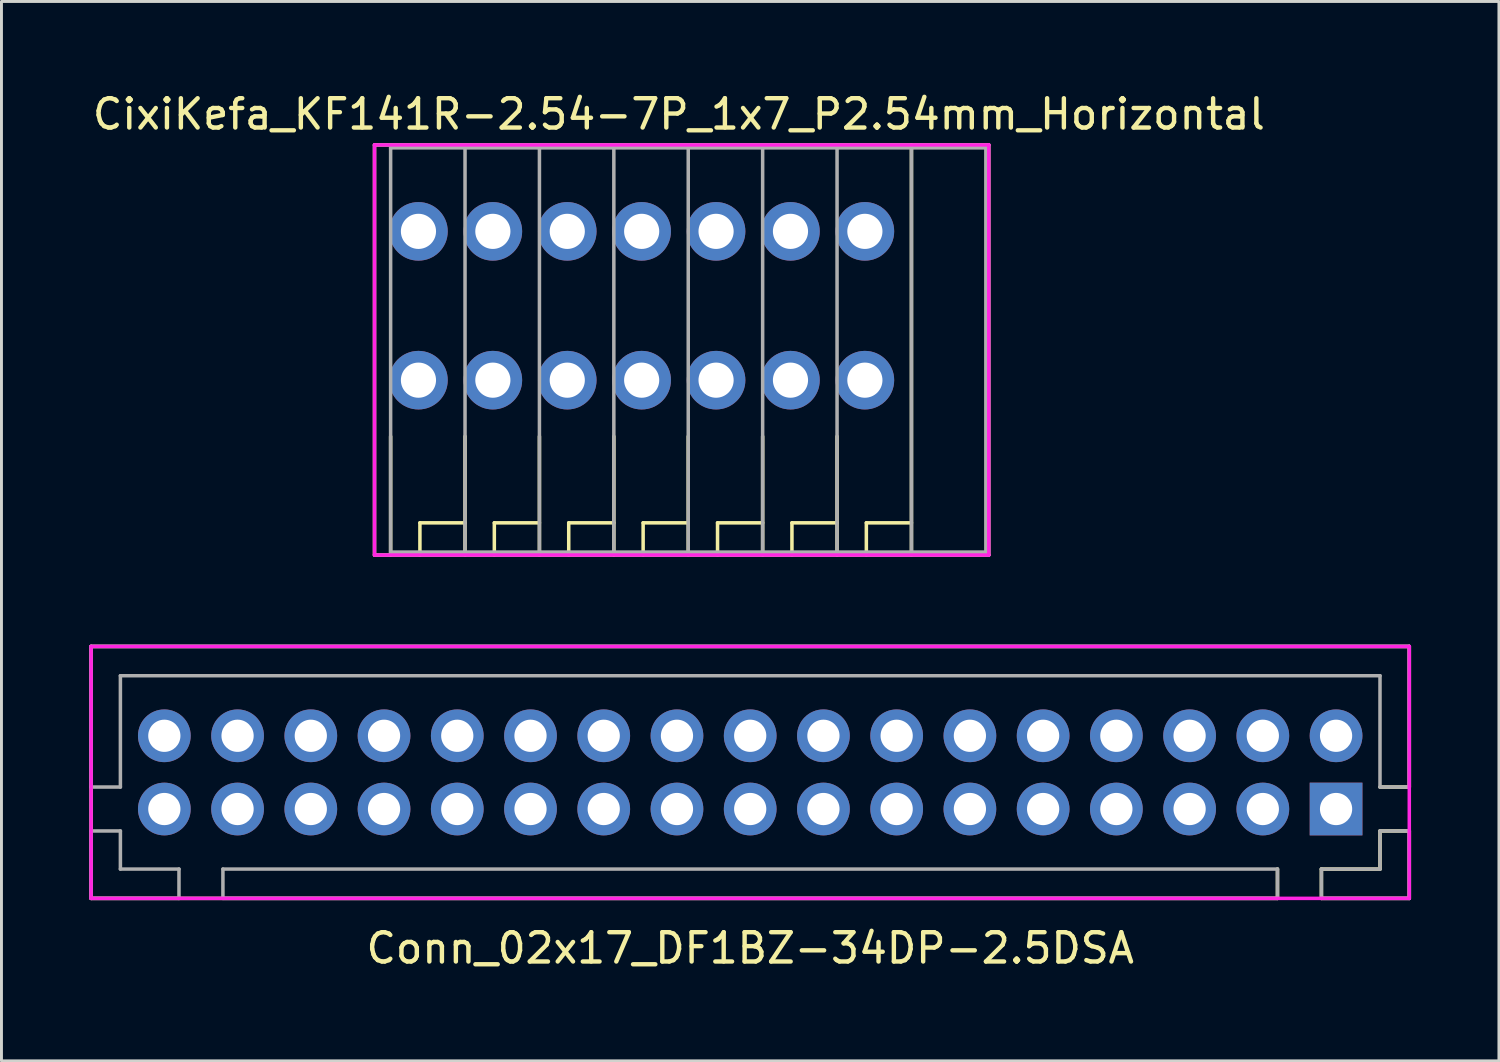
<source format=kicad_pcb>
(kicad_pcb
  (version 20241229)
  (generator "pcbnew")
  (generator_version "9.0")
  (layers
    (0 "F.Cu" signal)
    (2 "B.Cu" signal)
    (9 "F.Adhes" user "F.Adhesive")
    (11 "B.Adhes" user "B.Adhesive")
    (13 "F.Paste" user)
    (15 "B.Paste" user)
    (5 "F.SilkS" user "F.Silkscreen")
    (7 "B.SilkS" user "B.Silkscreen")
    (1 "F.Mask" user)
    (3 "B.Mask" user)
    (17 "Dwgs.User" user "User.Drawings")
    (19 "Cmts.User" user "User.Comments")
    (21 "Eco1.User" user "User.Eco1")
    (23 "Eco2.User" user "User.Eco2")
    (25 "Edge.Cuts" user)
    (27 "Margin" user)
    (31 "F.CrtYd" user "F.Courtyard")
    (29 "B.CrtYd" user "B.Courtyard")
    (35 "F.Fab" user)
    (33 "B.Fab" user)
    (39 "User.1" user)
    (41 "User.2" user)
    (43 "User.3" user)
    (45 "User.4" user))
  (footprint "CixiKefa_KF141R-2.54-7P_1x7_P2.54mm_Horizontal"
    (layer "F.Cu")
    (at 20.125 4.848)
    (property "Reference" "CixiKefa_KF141R-2.54-7P_1x7_P2.54mm_Horizontal" (at 0 -4 0) (layer "F.SilkS") (effects (font (size 1 1) (thickness 0.15))))
    (attr through_hole)
    (fp_line (start -10.39 11.05) (end -10.39 -2.95) (stroke (width 0.12) (type solid)) (layer "F.SilkS"))
    (fp_line (start -10.39 11.05) (end 10.58 11.05) (stroke (width 0.12) (type solid)) (layer "F.SilkS"))
    (fp_line (start -9.84 11.05) (end -9.84 7) (stroke (width 0.12) (type solid)) (layer "F.SilkS"))
    (fp_line (start -8.84 9.95) (end -8.84 10.95) (stroke (width 0.12) (type solid)) (layer "F.SilkS"))
    (fp_line (start -8.84 10.95) (end -8.84 11.05) (stroke (width 0.12) (type solid)) (layer "F.SilkS"))
    (fp_line (start -7.3 9.95) (end -8.84 9.95) (stroke (width 0.12) (type solid)) (layer "F.SilkS"))
    (fp_line (start -7.3 11.05) (end -7.3 7) (stroke (width 0.12) (type solid)) (layer "F.SilkS"))
    (fp_line (start -6.3 9.95) (end -6.3 10.95) (stroke (width 0.12) (type solid)) (layer "F.SilkS"))
    (fp_line (start -6.3 10.95) (end -6.3 11.05) (stroke (width 0.12) (type solid)) (layer "F.SilkS"))
    (fp_line (start -4.76 9.95) (end -6.3 9.95) (stroke (width 0.12) (type solid)) (layer "F.SilkS"))
    (fp_line (start -4.76 11.05) (end -4.76 7) (stroke (width 0.12) (type solid)) (layer "F.SilkS"))
    (fp_line (start -3.76 9.95) (end -3.76 10.95) (stroke (width 0.12) (type solid)) (layer "F.SilkS"))
    (fp_line (start -3.76 10.95) (end -3.76 11.05) (stroke (width 0.12) (type solid)) (layer "F.SilkS"))
    (fp_line (start -2.22 9.95) (end -3.76 9.95) (stroke (width 0.12) (type solid)) (layer "F.SilkS"))
    (fp_line (start -2.22 11.05) (end -2.22 7) (stroke (width 0.12) (type solid)) (layer "F.SilkS"))
    (fp_line (start -1.22 9.95) (end -1.22 10.95) (stroke (width 0.12) (type solid)) (layer "F.SilkS"))
    (fp_line (start -1.22 10.95) (end -1.22 11.05) (stroke (width 0.12) (type solid)) (layer "F.SilkS"))
    (fp_line (start 0.32 9.95) (end -1.22 9.95) (stroke (width 0.12) (type solid)) (layer "F.SilkS"))
    (fp_line (start 0.32 11.05) (end 0.32 7) (stroke (width 0.12) (type solid)) (layer "F.SilkS"))
    (fp_line (start 1.32 9.95) (end 1.32 10.95) (stroke (width 0.12) (type solid)) (layer "F.SilkS"))
    (fp_line (start 1.32 10.95) (end 1.32 11.05) (stroke (width 0.12) (type solid)) (layer "F.SilkS"))
    (fp_line (start 2.86 9.95) (end 1.32 9.95) (stroke (width 0.12) (type solid)) (layer "F.SilkS"))
    (fp_line (start 2.86 11.05) (end 2.86 7) (stroke (width 0.12) (type solid)) (layer "F.SilkS"))
    (fp_line (start 3.86 9.95) (end 3.86 10.95) (stroke (width 0.12) (type solid)) (layer "F.SilkS"))
    (fp_line (start 3.86 10.95) (end 3.86 11.05) (stroke (width 0.12) (type solid)) (layer "F.SilkS"))
    (fp_line (start 5.4 9.95) (end 3.86 9.95) (stroke (width 0.12) (type solid)) (layer "F.SilkS"))
    (fp_line (start 5.4 11.05) (end 5.4 7) (stroke (width 0.12) (type solid)) (layer "F.SilkS"))
    (fp_line (start 6.4 9.95) (end 6.4 10.95) (stroke (width 0.12) (type solid)) (layer "F.SilkS"))
    (fp_line (start 6.4 10.95) (end 6.4 11.05) (stroke (width 0.12) (type solid)) (layer "F.SilkS"))
    (fp_line (start 7.94 9.95) (end 6.4 9.95) (stroke (width 0.12) (type solid)) (layer "F.SilkS"))
    (fp_line (start 7.94 11.05) (end 7.94 -2.95) (stroke (width 0.12) (type solid)) (layer "F.SilkS"))
    (fp_line (start 10.58 -2.95) (end -10.39 -2.95) (stroke (width 0.12) (type solid)) (layer "F.SilkS"))
    (fp_line (start 10.58 -2.95) (end 10.58 11.05) (stroke (width 0.12) (type solid)) (layer "F.SilkS"))
    (fp_line (start -10.39 -2.95) (end -10.39 11.05) (stroke (width 0.12) (type solid)) (layer "F.CrtYd"))
    (fp_line (start -10.39 11.05) (end 10.58 11.05) (stroke (width 0.12) (type solid)) (layer "F.CrtYd"))
    (fp_line (start 10.58 -2.95) (end -10.39 -2.95) (stroke (width 0.12) (type solid)) (layer "F.CrtYd"))
    (fp_line (start 10.58 11.05) (end 10.58 -2.95) (stroke (width 0.12) (type solid)) (layer "F.CrtYd"))
    (fp_line (start -9.84 10.95) (end -9.84 -2.85) (stroke (width 0.12) (type solid)) (layer "F.Fab"))
    (fp_line (start -9.84 10.95) (end 10.48 10.95) (stroke (width 0.12) (type solid)) (layer "F.Fab"))
    (fp_line (start -7.3 10.95) (end -7.3 -2.85) (stroke (width 0.12) (type solid)) (layer "F.Fab"))
    (fp_line (start -4.76 10.95) (end -4.76 -2.85) (stroke (width 0.12) (type solid)) (layer "F.Fab"))
    (fp_line (start -2.22 10.95) (end -2.22 -2.85) (stroke (width 0.12) (type solid)) (layer "F.Fab"))
    (fp_line (start 0.32 10.95) (end 0.32 -2.85) (stroke (width 0.12) (type solid)) (layer "F.Fab"))
    (fp_line (start 2.86 10.95) (end 2.86 -2.85) (stroke (width 0.12) (type solid)) (layer "F.Fab"))
    (fp_line (start 5.4 10.95) (end 5.4 -2.85) (stroke (width 0.12) (type solid)) (layer "F.Fab"))
    (fp_line (start 7.94 10.95) (end 7.94 -2.85) (stroke (width 0.12) (type solid)) (layer "F.Fab"))
    (fp_line (start 10.48 -2.85) (end -9.84 -2.85) (stroke (width 0.12) (type solid)) (layer "F.Fab"))
    (fp_line (start 10.48 10.95) (end 10.48 -2.85) (stroke (width 0.12) (type solid)) (layer "F.Fab"))
    (pad "1" thru_hole circle (at -8.89 0) (size 2 2) (drill 1.2) (layers "*.Cu" "*.Mask"))
    (pad "1" thru_hole circle (at -8.89 5.08) (size 2 2) (drill 1.2) (layers "*.Cu" "*.Mask"))
    (pad "2" thru_hole circle (at -6.35 0) (size 2 2) (drill 1.2) (layers "*.Cu" "*.Mask"))
    (pad "2" thru_hole circle (at -6.35 5.08) (size 2 2) (drill 1.2) (layers "*.Cu" "*.Mask"))
    (pad "3" thru_hole circle (at -3.81 0) (size 2 2) (drill 1.2) (layers "*.Cu" "*.Mask"))
    (pad "3" thru_hole circle (at -3.81 5.08) (size 2 2) (drill 1.2) (layers "*.Cu" "*.Mask"))
    (pad "4" thru_hole circle (at -1.27 0) (size 2 2) (drill 1.2) (layers "*.Cu" "*.Mask"))
    (pad "4" thru_hole circle (at -1.27 5.08) (size 2 2) (drill 1.2) (layers "*.Cu" "*.Mask"))
    (pad "5" thru_hole circle (at 1.27 0) (size 2 2) (drill 1.2) (layers "*.Cu" "*.Mask"))
    (pad "5" thru_hole circle (at 1.27 5.08) (size 2 2) (drill 1.2) (layers "*.Cu" "*.Mask"))
    (pad "6" thru_hole circle (at 3.81 0) (size 2 2) (drill 1.2) (layers "*.Cu" "*.Mask"))
    (pad "6" thru_hole circle (at 3.81 5.08) (size 2 2) (drill 1.2) (layers "*.Cu" "*.Mask"))
    (pad "7" thru_hole circle (at 6.35 0) (size 2 2) (drill 1.2) (layers "*.Cu" "*.Mask"))
    (pad "7" thru_hole circle (at 6.35 5.08) (size 2 2) (drill 1.2) (layers "*.Cu" "*.Mask")))
  (footprint "Conn_02x17_DF1BZ-34DP-2.5DSA"
    (layer "F.Cu")
    (at 22.56 23.318)
    (property "Reference" "Conn_02x17_DF1BZ-34DP-2.5DSA" (at 0 6 0) (layer "F.SilkS") (effects (font (size 1 1) (thickness 0.15))))
    (attr through_hole)
    (fp_line (start -22.5 0.5) (end -22.5 -4.3) (stroke (width 0.12) (type solid)) (layer "F.SilkS"))
    (fp_line (start -22.5 0.5) (end -22.5 4.3) (stroke (width 0.12) (type solid)) (layer "F.SilkS"))
    (fp_line (start -19.5 4.3) (end -22.5 4.3) (stroke (width 0.12) (type solid)) (layer "F.SilkS"))
    (fp_line (start -19.5 4.3) (end 18 4.3) (stroke (width 0.12) (type solid)) (layer "F.SilkS"))
    (fp_line (start 18 3.3) (end 18 4.3) (stroke (width 0.12) (type solid)) (layer "F.SilkS"))
    (fp_line (start 19.5 3.3) (end 19.5 4.3) (stroke (width 0.12) (type solid)) (layer "F.SilkS"))
    (fp_line (start 19.5 3.3) (end 21.5 3.3) (stroke (width 0.12) (type solid)) (layer "F.SilkS"))
    (fp_line (start 21.5 2) (end 21.5 3.3) (stroke (width 0.12) (type solid)) (layer "F.SilkS"))
    (fp_line (start 21.5 2) (end 22.5 2) (stroke (width 0.12) (type solid)) (layer "F.SilkS"))
    (fp_line (start 22.5 -4.3) (end -22.5 -4.3) (stroke (width 0.12) (type solid)) (layer "F.SilkS"))
    (fp_line (start 22.5 0.5) (end 21.5 0.5) (stroke (width 0.12) (type solid)) (layer "F.SilkS"))
    (fp_line (start 22.5 0.5) (end 22.5 -4.3) (stroke (width 0.12) (type solid)) (layer "F.SilkS"))
    (fp_line (start 22.5 2) (end 22.5 4.3) (stroke (width 0.12) (type solid)) (layer "F.SilkS"))
    (fp_line (start 22.5 4.3) (end 19.5 4.3) (stroke (width 0.12) (type solid)) (layer "F.SilkS"))
    (fp_line (start -22.5 -4.3) (end 22.5 -4.3) (stroke (width 0.12) (type solid)) (layer "F.CrtYd"))
    (fp_line (start -22.5 4.3) (end -22.5 -4.3) (stroke (width 0.12) (type solid)) (layer "F.CrtYd"))
    (fp_line (start 22.5 -4.3) (end 22.5 4.3) (stroke (width 0.12) (type solid)) (layer "F.CrtYd"))
    (fp_line (start 22.5 4.3) (end -22.5 4.3) (stroke (width 0.12) (type solid)) (layer "F.CrtYd"))
    (fp_line (start -22.5 -4.3) (end 22.5 -4.3) (stroke (width 0.12) (type solid)) (layer "F.Fab"))
    (fp_line (start -22.5 0.5) (end -22.5 -4.3) (stroke (width 0.12) (type solid)) (layer "F.Fab"))
    (fp_line (start -22.5 4.3) (end -22.5 2) (stroke (width 0.12) (type solid)) (layer "F.Fab"))
    (fp_line (start -21.5 -3.3) (end -21.5 0.5) (stroke (width 0.12) (type solid)) (layer "F.Fab"))
    (fp_line (start -21.5 0.5) (end -22.5 0.5) (stroke (width 0.12) (type solid)) (layer "F.Fab"))
    (fp_line (start -21.5 2) (end -22.5 2) (stroke (width 0.12) (type solid)) (layer "F.Fab"))
    (fp_line (start -21.5 2) (end -21.5 3.3) (stroke (width 0.12) (type solid)) (layer "F.Fab"))
    (fp_line (start -19.5 3.3) (end -21.5 3.3) (stroke (width 0.12) (type solid)) (layer "F.Fab"))
    (fp_line (start -19.5 3.3) (end -19.5 4.3) (stroke (width 0.12) (type solid)) (layer "F.Fab"))
    (fp_line (start -19.5 4.3) (end -22.5 4.3) (stroke (width 0.12) (type solid)) (layer "F.Fab"))
    (fp_line (start -18 3.3) (end -18 4.3) (stroke (width 0.12) (type solid)) (layer "F.Fab"))
    (fp_line (start -18 3.3) (end 18 3.3) (stroke (width 0.12) (type solid)) (layer "F.Fab"))
    (fp_line (start -18 4.3) (end 18 4.3) (stroke (width 0.12) (type solid)) (layer "F.Fab"))
    (fp_line (start 18 3.3) (end 18 4.3) (stroke (width 0.12) (type solid)) (layer "F.Fab"))
    (fp_line (start 19.5 3.3) (end 19.5 4.3) (stroke (width 0.12) (type solid)) (layer "F.Fab"))
    (fp_line (start 21.5 -3.3) (end -21.5 -3.3) (stroke (width 0.12) (type solid)) (layer "F.Fab"))
    (fp_line (start 21.5 0.5) (end 21.5 -3.3) (stroke (width 0.12) (type solid)) (layer "F.Fab"))
    (fp_line (start 21.5 0.5) (end 22.5 0.5) (stroke (width 0.12) (type solid)) (layer "F.Fab"))
    (fp_line (start 21.5 2) (end 21.5 3.3) (stroke (width 0.12) (type solid)) (layer "F.Fab"))
    (fp_line (start 21.5 2) (end 22.5 2) (stroke (width 0.12) (type solid)) (layer "F.Fab"))
    (fp_line (start 21.5 3.3) (end 19.5 3.3) (stroke (width 0.12) (type solid)) (layer "F.Fab"))
    (fp_line (start 22.5 -4.3) (end 22.5 0.5) (stroke (width 0.12) (type solid)) (layer "F.Fab"))
    (fp_line (start 22.5 2) (end 22.5 4.3) (stroke (width 0.12) (type solid)) (layer "F.Fab"))
    (fp_line (start 22.5 4.3) (end 19.5 4.3) (stroke (width 0.12) (type solid)) (layer "F.Fab"))
    (pad "1" thru_hole rect (at 20 1.25) (size 1.8 1.8) (drill 1.1) (layers "*.Cu" "*.Mask"))
    (pad "2" thru_hole circle (at 20 -1.25) (size 1.8 1.8) (drill 1.1) (layers "*.Cu" "*.Mask"))
    (pad "3" thru_hole circle (at 17.5 1.25) (size 1.8 1.8) (drill 1.1) (layers "*.Cu" "*.Mask"))
    (pad "4" thru_hole circle (at 17.5 -1.25) (size 1.8 1.8) (drill 1.1) (layers "*.Cu" "*.Mask"))
    (pad "5" thru_hole circle (at 15 1.25) (size 1.8 1.8) (drill 1.1) (layers "*.Cu" "*.Mask"))
    (pad "6" thru_hole circle (at 15 -1.25) (size 1.8 1.8) (drill 1.1) (layers "*.Cu" "*.Mask"))
    (pad "7" thru_hole circle (at 12.5 1.25) (size 1.8 1.8) (drill 1.1) (layers "*.Cu" "*.Mask"))
    (pad "8" thru_hole circle (at 12.5 -1.25) (size 1.8 1.8) (drill 1.1) (layers "*.Cu" "*.Mask"))
    (pad "9" thru_hole circle (at 10 1.25) (size 1.8 1.8) (drill 1.1) (layers "*.Cu" "*.Mask"))
    (pad "10" thru_hole circle (at 10 -1.25) (size 1.8 1.8) (drill 1.1) (layers "*.Cu" "*.Mask"))
    (pad "11" thru_hole circle (at 7.5 1.25) (size 1.8 1.8) (drill 1.1) (layers "*.Cu" "*.Mask"))
    (pad "12" thru_hole circle (at 7.5 -1.25) (size 1.8 1.8) (drill 1.1) (layers "*.Cu" "*.Mask"))
    (pad "13" thru_hole circle (at 5 1.25) (size 1.8 1.8) (drill 1.1) (layers "*.Cu" "*.Mask"))
    (pad "14" thru_hole circle (at 5 -1.25) (size 1.8 1.8) (drill 1.1) (layers "*.Cu" "*.Mask"))
    (pad "15" thru_hole circle (at 2.5 1.25) (size 1.8 1.8) (drill 1.1) (layers "*.Cu" "*.Mask"))
    (pad "16" thru_hole circle (at 2.5 -1.25) (size 1.8 1.8) (drill 1.1) (layers "*.Cu" "*.Mask"))
    (pad "17" thru_hole circle (at 0 1.25) (size 1.8 1.8) (drill 1.1) (layers "*.Cu" "*.Mask"))
    (pad "18" thru_hole circle (at 0 -1.25) (size 1.8 1.8) (drill 1.1) (layers "*.Cu" "*.Mask"))
    (pad "19" thru_hole circle (at -2.5 1.25) (size 1.8 1.8) (drill 1.1) (layers "*.Cu" "*.Mask"))
    (pad "20" thru_hole circle (at -2.5 -1.25) (size 1.8 1.8) (drill 1.1) (layers "*.Cu" "*.Mask"))
    (pad "21" thru_hole circle (at -5 1.25) (size 1.8 1.8) (drill 1.1) (layers "*.Cu" "*.Mask"))
    (pad "22" thru_hole circle (at -5 -1.25) (size 1.8 1.8) (drill 1.1) (layers "*.Cu" "*.Mask"))
    (pad "23" thru_hole circle (at -7.5 1.25) (size 1.8 1.8) (drill 1.1) (layers "*.Cu" "*.Mask"))
    (pad "24" thru_hole circle (at -7.5 -1.25) (size 1.8 1.8) (drill 1.1) (layers "*.Cu" "*.Mask"))
    (pad "25" thru_hole circle (at -10 1.25) (size 1.8 1.8) (drill 1.1) (layers "*.Cu" "*.Mask"))
    (pad "26" thru_hole circle (at -10 -1.25) (size 1.8 1.8) (drill 1.1) (layers "*.Cu" "*.Mask"))
    (pad "27" thru_hole circle (at -12.5 1.25) (size 1.8 1.8) (drill 1.1) (layers "*.Cu" "*.Mask"))
    (pad "28" thru_hole circle (at -12.5 -1.25) (size 1.8 1.8) (drill 1.1) (layers "*.Cu" "*.Mask"))
    (pad "29" thru_hole circle (at -15 1.25) (size 1.8 1.8) (drill 1.1) (layers "*.Cu" "*.Mask"))
    (pad "30" thru_hole circle (at -15 -1.25) (size 1.8 1.8) (drill 1.1) (layers "*.Cu" "*.Mask"))
    (pad "31" thru_hole circle (at -17.5 1.25) (size 1.8 1.8) (drill 1.1) (layers "*.Cu" "*.Mask"))
    (pad "32" thru_hole circle (at -17.5 -1.25) (size 1.8 1.8) (drill 1.1) (layers "*.Cu" "*.Mask"))
    (pad "33" thru_hole circle (at -20 1.25) (size 1.8 1.8) (drill 1.1) (layers "*.Cu" "*.Mask"))
    (pad "34" thru_hole circle (at -20 -1.25) (size 1.8 1.8) (drill 1.1) (layers "*.Cu" "*.Mask")))
  (gr_rect
    (start -3 -3)
    (end 48.12 33.166)
    (stroke (width 0.1) (type default))
    (fill no)
    (layer "Edge.Cuts")))
</source>
